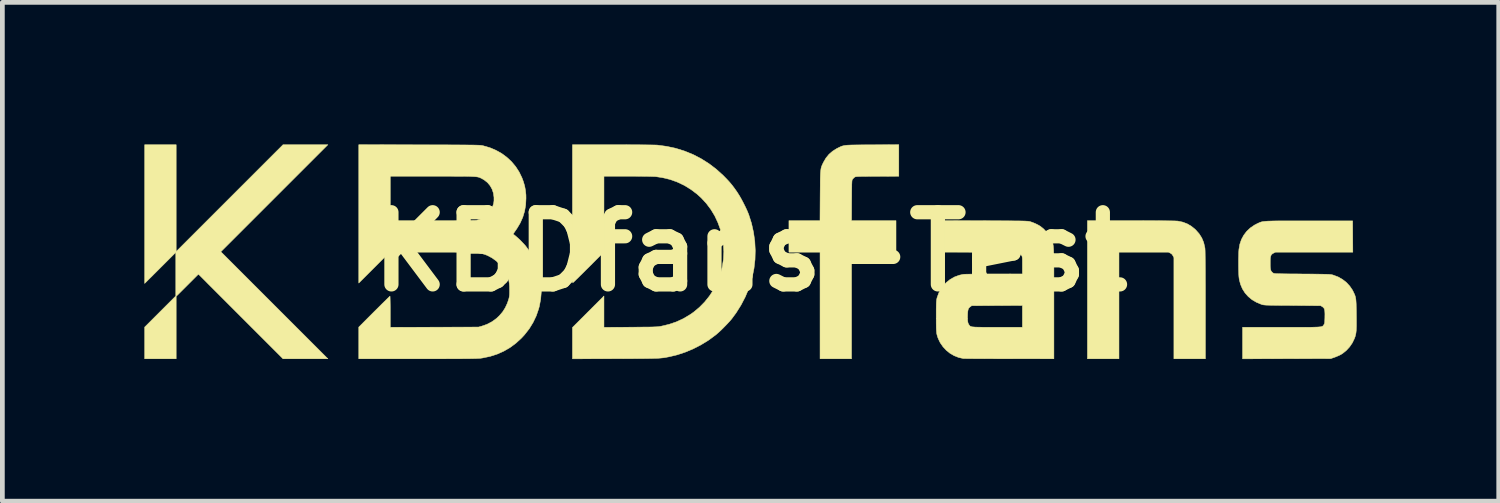
<source format=kicad_pcb>
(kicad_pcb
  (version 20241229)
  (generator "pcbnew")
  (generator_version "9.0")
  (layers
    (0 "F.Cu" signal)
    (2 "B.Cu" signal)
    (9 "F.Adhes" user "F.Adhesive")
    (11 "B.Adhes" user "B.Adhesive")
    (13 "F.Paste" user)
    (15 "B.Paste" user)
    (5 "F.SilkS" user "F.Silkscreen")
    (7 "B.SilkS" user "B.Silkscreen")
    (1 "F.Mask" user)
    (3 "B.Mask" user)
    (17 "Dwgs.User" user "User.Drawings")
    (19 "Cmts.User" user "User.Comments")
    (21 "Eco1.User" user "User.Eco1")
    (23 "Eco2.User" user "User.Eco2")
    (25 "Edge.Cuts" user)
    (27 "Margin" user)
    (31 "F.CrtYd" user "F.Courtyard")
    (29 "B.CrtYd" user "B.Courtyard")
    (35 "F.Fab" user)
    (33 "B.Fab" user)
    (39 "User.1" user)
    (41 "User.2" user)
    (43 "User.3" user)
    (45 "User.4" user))
  (footprint "KBDfans-Test"
    (layer "F.Cu")
    (at 12.799 2.266)
    (property "Reference" "KBDfans-Test" (at 0 0 0) (layer "F.SilkS") (effects (font (size 1.524 1.524) (thickness 0.3))))
    (attr through_hole)
    (fp_poly (pts (xy -12.129 -0.004) (xy -11.001 -1.132) (xy -9.873 -2.26) (xy -8.926 -2.26) (xy -10.056 -1.13) (xy -11.186 0) (xy -10.056 1.13) (xy -8.926 2.26) (xy -9.873 2.26) (xy -10.766 1.367) (xy -11.659 0.473) (xy -11.894 0.708) (xy -12.129 0.942) (xy -12.129 2.26) (xy -12.794 2.26) (xy -12.794 1.591) (xy -12.465 1.262) (xy -12.137 0.934) (xy -12.137 0.013) (xy -12.465 0.341) (xy -12.794 0.669) (xy -12.794 -2.26) (xy -12.129 -2.26) (xy -12.129 -0.004)) (stroke (width 0.01) (type solid)) (fill yes) (layer "F.SilkS"))
    (fp_poly (pts (xy 8.207 -0.657) (xy 8.363 -0.656) (xy 8.503 -0.656) (xy 8.627 -0.655) (xy 8.734 -0.654) (xy 8.825 -0.653) (xy 8.899 -0.652) (xy 8.956 -0.651) (xy 8.996 -0.649) (xy 9.02 -0.648) (xy 9.021 -0.648) (xy 9.125 -0.626) (xy 9.22 -0.59) (xy 9.307 -0.539) (xy 9.388 -0.473) (xy 9.404 -0.457) (xy 9.474 -0.377) (xy 9.528 -0.291) (xy 9.567 -0.198) (xy 9.591 -0.096) (xy 9.595 -0.074) (xy 9.596 -0.054) (xy 9.598 -0.018) (xy 9.599 0.035) (xy 9.6 0.104) (xy 9.601 0.19) (xy 9.602 0.293) (xy 9.603 0.412) (xy 9.603 0.548) (xy 9.604 0.701) (xy 9.604 0.87) (xy 9.604 1.057) (xy 9.604 1.126) (xy 9.604 2.26) (xy 8.939 2.26) (xy 8.939 0.123) (xy 8.919 0.085) (xy 8.897 0.052) (xy 8.866 0.03) (xy 8.862 0.028) (xy 8.824 0.009) (xy 7.779 0.009) (xy 7.779 2.26) (xy 7.113 2.26) (xy 7.113 -0.657) (xy 8.034 -0.657) (xy 8.207 -0.657)) (stroke (width 0.01) (type solid)) (fill yes) (layer "F.SilkS"))
    (fp_poly (pts (xy 3.13 -1.595) (xy 2.675 -1.593) (xy 2.575 -1.593) (xy 2.491 -1.592) (xy 2.421 -1.591) (xy 2.364 -1.591) (xy 2.318 -1.59) (xy 2.282 -1.589) (xy 2.255 -1.588) (xy 2.235 -1.586) (xy 2.22 -1.584) (xy 2.21 -1.581) (xy 2.203 -1.578) (xy 2.197 -1.575) (xy 2.195 -1.573) (xy 2.173 -1.553) (xy 2.154 -1.532) (xy 2.15 -1.526) (xy 2.147 -1.519) (xy 2.144 -1.51) (xy 2.142 -1.497) (xy 2.14 -1.478) (xy 2.139 -1.453) (xy 2.137 -1.419) (xy 2.137 -1.376) (xy 2.136 -1.321) (xy 2.135 -1.253) (xy 2.135 -1.171) (xy 2.134 -1.083) (xy 2.132 -0.657) (xy 3.071 -0.657) (xy 3.071 0.009) (xy 2.132 0.009) (xy 2.132 2.26) (xy 1.467 2.26) (xy 1.467 0.009) (xy 0.81 0.009) (xy 0.81 -0.657) (xy 1.466 -0.657) (xy 1.469 -1.179) (xy 1.47 -1.292) (xy 1.471 -1.389) (xy 1.471 -1.472) (xy 1.472 -1.542) (xy 1.474 -1.601) (xy 1.476 -1.65) (xy 1.479 -1.691) (xy 1.483 -1.726) (xy 1.487 -1.755) (xy 1.493 -1.78) (xy 1.5 -1.803) (xy 1.509 -1.825) (xy 1.519 -1.848) (xy 1.531 -1.872) (xy 1.539 -1.889) (xy 1.592 -1.98) (xy 1.657 -2.059) (xy 1.734 -2.125) (xy 1.823 -2.181) (xy 1.838 -2.188) (xy 1.864 -2.201) (xy 1.887 -2.212) (xy 1.908 -2.222) (xy 1.929 -2.23) (xy 1.951 -2.236) (xy 1.976 -2.242) (xy 2.004 -2.246) (xy 2.038 -2.25) (xy 2.079 -2.252) (xy 2.128 -2.254) (xy 2.187 -2.255) (xy 2.257 -2.256) (xy 2.339 -2.257) (xy 2.435 -2.258) (xy 2.547 -2.258) (xy 2.574 -2.258) (xy 3.13 -2.261) (xy 3.13 -1.595)) (stroke (width 0.01) (type solid)) (fill yes) (layer "F.SilkS"))
    (fp_poly (pts (xy -2.911 -2.26) (xy -2.771 -2.26) (xy -2.64 -2.26) (xy -2.517 -2.259) (xy -2.404 -2.259) (xy -2.301 -2.258) (xy -2.21 -2.257) (xy -2.132 -2.256) (xy -2.066 -2.255) (xy -2.016 -2.254) (xy -1.981 -2.253) (xy -1.966 -2.252) (xy -1.768 -2.225) (xy -1.576 -2.183) (xy -1.391 -2.125) (xy -1.212 -2.052) (xy -1.041 -1.963) (xy -0.878 -1.86) (xy -0.723 -1.742) (xy -0.578 -1.611) (xy -0.571 -1.604) (xy -0.501 -1.532) (xy -0.441 -1.467) (xy -0.387 -1.402) (xy -0.336 -1.334) (xy -0.283 -1.258) (xy -0.272 -1.241) (xy -0.233 -1.179) (xy -0.191 -1.105) (xy -0.149 -1.025) (xy -0.108 -0.943) (xy -0.072 -0.865) (xy -0.043 -0.795) (xy -0.038 -0.782) (xy 0.02 -0.599) (xy 0.062 -0.411) (xy 0.089 -0.221) (xy 0.099 -0.028) (xy 0.094 0.164) (xy 0.072 0.354) (xy 0.034 0.542) (xy 0.021 0.593) (xy -0.037 0.775) (xy -0.112 0.953) (xy -0.202 1.126) (xy -0.305 1.29) (xy -0.398 1.416) (xy -0.442 1.468) (xy -0.496 1.526) (xy -0.555 1.587) (xy -0.616 1.648) (xy -0.675 1.703) (xy -0.729 1.75) (xy -0.742 1.76) (xy -0.888 1.868) (xy -1.045 1.964) (xy -1.21 2.049) (xy -1.379 2.12) (xy -1.551 2.177) (xy -1.701 2.213) (xy -1.733 2.22) (xy -1.762 2.225) (xy -1.789 2.231) (xy -1.815 2.235) (xy -1.842 2.239) (xy -1.871 2.242) (xy -1.902 2.245) (xy -1.937 2.248) (xy -1.977 2.25) (xy -2.023 2.251) (xy -2.076 2.253) (xy -2.138 2.254) (xy -2.209 2.255) (xy -2.291 2.256) (xy -2.384 2.256) (xy -2.491 2.257) (xy -2.611 2.257) (xy -2.747 2.258) (xy -2.851 2.258) (xy -3.761 2.261) (xy -3.761 1.599) (xy -3.429 1.267) (xy -3.096 0.934) (xy -3.096 1.596) (xy -2.535 1.593) (xy -2.423 1.592) (xy -2.326 1.591) (xy -2.243 1.59) (xy -2.173 1.59) (xy -2.115 1.589) (xy -2.066 1.588) (xy -2.026 1.586) (xy -1.993 1.585) (xy -1.965 1.583) (xy -1.942 1.581) (xy -1.921 1.578) (xy -1.902 1.575) (xy -1.882 1.571) (xy -1.881 1.571) (xy -1.719 1.532) (xy -1.566 1.48) (xy -1.421 1.413) (xy -1.283 1.331) (xy -1.206 1.278) (xy -1.082 1.175) (xy -0.969 1.06) (xy -0.868 0.934) (xy -0.78 0.799) (xy -0.707 0.655) (xy -0.647 0.504) (xy -0.604 0.347) (xy -0.598 0.319) (xy -0.573 0.16) (xy -0.565 0.001) (xy -0.574 -0.158) (xy -0.597 -0.315) (xy -0.636 -0.468) (xy -0.69 -0.616) (xy -0.757 -0.759) (xy -0.839 -0.894) (xy -0.934 -1.021) (xy -1.042 -1.138) (xy -1.129 -1.217) (xy -1.262 -1.317) (xy -1.402 -1.403) (xy -1.55 -1.473) (xy -1.705 -1.528) (xy -1.866 -1.566) (xy -1.998 -1.586) (xy -2.024 -1.588) (xy -2.065 -1.589) (xy -2.121 -1.591) (xy -2.189 -1.592) (xy -2.269 -1.593) (xy -2.358 -1.594) (xy -2.456 -1.595) (xy -2.56 -1.595) (xy -2.588 -1.595) (xy -3.096 -1.595) (xy -3.096 0.004) (xy -3.422 0.331) (xy -3.484 0.392) (xy -3.542 0.45) (xy -3.596 0.503) (xy -3.643 0.55) (xy -3.684 0.589) (xy -3.716 0.621) (xy -3.74 0.643) (xy -3.753 0.655) (xy -3.755 0.657) (xy -3.756 0.648) (xy -3.756 0.624) (xy -3.757 0.584) (xy -3.758 0.53) (xy -3.758 0.462) (xy -3.759 0.381) (xy -3.759 0.289) (xy -3.76 0.185) (xy -3.76 0.072) (xy -3.76 -0.051) (xy -3.761 -0.182) (xy -3.761 -0.32) (xy -3.761 -0.465) (xy -3.761 -0.616) (xy -3.761 -0.771) (xy -3.761 -0.802) (xy -3.761 -2.26) (xy -2.911 -2.26)) (stroke (width 0.01) (type solid)) (fill yes) (layer "F.SilkS"))
    (fp_poly (pts (xy 4.966 -0.655) (xy 5.109 -0.654) (xy 5.236 -0.654) (xy 5.348 -0.653) (xy 5.446 -0.653) (xy 5.531 -0.652) (xy 5.604 -0.651) (xy 5.667 -0.651) (xy 5.719 -0.65) (xy 5.762 -0.649) (xy 5.798 -0.648) (xy 5.826 -0.646) (xy 5.849 -0.645) (xy 5.867 -0.643) (xy 5.881 -0.641) (xy 5.893 -0.639) (xy 5.901 -0.637) (xy 5.954 -0.619) (xy 6.013 -0.595) (xy 6.069 -0.567) (xy 6.117 -0.539) (xy 6.12 -0.537) (xy 6.189 -0.481) (xy 6.252 -0.413) (xy 6.307 -0.336) (xy 6.351 -0.256) (xy 6.358 -0.24) (xy 6.364 -0.223) (xy 6.37 -0.209) (xy 6.375 -0.194) (xy 6.38 -0.179) (xy 6.385 -0.163) (xy 6.388 -0.144) (xy 6.392 -0.122) (xy 6.394 -0.097) (xy 6.397 -0.066) (xy 6.399 -0.029) (xy 6.4 0.015) (xy 6.402 0.066) (xy 6.403 0.126) (xy 6.404 0.195) (xy 6.404 0.275) (xy 6.405 0.366) (xy 6.405 0.469) (xy 6.405 0.585) (xy 6.405 0.715) (xy 6.405 0.861) (xy 6.405 1.021) (xy 6.405 1.1) (xy 6.405 2.26) (xy 5.461 2.259) (xy 5.335 2.259) (xy 5.213 2.259) (xy 5.097 2.258) (xy 4.988 2.258) (xy 4.887 2.257) (xy 4.794 2.257) (xy 4.712 2.257) (xy 4.641 2.256) (xy 4.582 2.256) (xy 4.537 2.255) (xy 4.507 2.255) (xy 4.492 2.254) (xy 4.491 2.254) (xy 4.393 2.232) (xy 4.299 2.195) (xy 4.211 2.144) (xy 4.132 2.08) (xy 4.063 2.005) (xy 4.005 1.922) (xy 3.971 1.852) (xy 3.958 1.822) (xy 3.948 1.794) (xy 3.94 1.767) (xy 3.933 1.739) (xy 3.928 1.708) (xy 3.925 1.671) (xy 3.922 1.627) (xy 3.921 1.574) (xy 3.92 1.509) (xy 3.92 1.431) (xy 3.92 1.406) (xy 4.581 1.406) (xy 4.584 1.455) (xy 4.589 1.492) (xy 4.599 1.521) (xy 4.614 1.545) (xy 4.616 1.548) (xy 4.623 1.557) (xy 4.63 1.565) (xy 4.639 1.572) (xy 4.65 1.577) (xy 4.665 1.582) (xy 4.684 1.586) (xy 4.711 1.588) (xy 4.745 1.591) (xy 4.788 1.592) (xy 4.841 1.593) (xy 4.905 1.594) (xy 4.983 1.594) (xy 5.075 1.595) (xy 5.182 1.595) (xy 5.213 1.595) (xy 5.74 1.595) (xy 5.74 1.134) (xy 5.205 1.136) (xy 4.67 1.139) (xy 4.642 1.159) (xy 4.621 1.176) (xy 4.605 1.195) (xy 4.595 1.219) (xy 4.588 1.252) (xy 4.584 1.295) (xy 4.582 1.344) (xy 4.581 1.406) (xy 3.92 1.406) (xy 3.92 1.36) (xy 3.92 1.277) (xy 3.92 1.208) (xy 3.921 1.153) (xy 3.922 1.109) (xy 3.923 1.074) (xy 3.925 1.046) (xy 3.927 1.024) (xy 3.93 1.005) (xy 3.934 0.987) (xy 3.938 0.97) (xy 3.975 0.868) (xy 4.026 0.776) (xy 4.091 0.692) (xy 4.132 0.65) (xy 4.215 0.584) (xy 4.307 0.532) (xy 4.405 0.496) (xy 4.485 0.478) (xy 4.508 0.476) (xy 4.547 0.474) (xy 4.603 0.473) (xy 4.676 0.472) (xy 4.763 0.471) (xy 4.867 0.47) (xy 4.985 0.469) (xy 5.118 0.469) (xy 5.143 0.469) (xy 5.74 0.469) (xy 5.74 0.287) (xy 5.74 0.227) (xy 5.74 0.181) (xy 5.739 0.147) (xy 5.737 0.123) (xy 5.734 0.106) (xy 5.731 0.093) (xy 5.725 0.083) (xy 5.721 0.077) (xy 5.701 0.053) (xy 5.68 0.032) (xy 5.678 0.031) (xy 5.673 0.028) (xy 5.668 0.025) (xy 5.662 0.023) (xy 5.653 0.021) (xy 5.639 0.019) (xy 5.621 0.017) (xy 5.598 0.016) (xy 5.567 0.015) (xy 5.528 0.014) (xy 5.48 0.013) (xy 5.422 0.013) (xy 5.352 0.012) (xy 5.271 0.012) (xy 5.176 0.011) (xy 5.067 0.011) (xy 4.942 0.011) (xy 4.87 0.01) (xy 4.085 0.008) (xy 4.085 -0.657) (xy 4.966 -0.655)) (stroke (width 0.01) (type solid)) (fill yes) (layer "F.SilkS"))
    (fp_poly (pts (xy 11.743 -0.652) (xy 11.8 -0.652) (xy 12.713 -0.652) (xy 12.715 -0.322) (xy 12.717 0.009) (xy 11.083 0.009) (xy 11.045 0.028) (xy 11.02 0.042) (xy 11.002 0.058) (xy 10.989 0.078) (xy 10.98 0.105) (xy 10.975 0.141) (xy 10.973 0.19) (xy 10.973 0.239) (xy 10.973 0.298) (xy 10.976 0.342) (xy 10.981 0.376) (xy 10.989 0.401) (xy 11.002 0.42) (xy 11.019 0.438) (xy 11.031 0.447) (xy 11.036 0.45) (xy 11.042 0.453) (xy 11.049 0.456) (xy 11.06 0.458) (xy 11.076 0.46) (xy 11.097 0.462) (xy 11.124 0.463) (xy 11.16 0.464) (xy 11.206 0.465) (xy 11.262 0.466) (xy 11.329 0.467) (xy 11.41 0.468) (xy 11.505 0.468) (xy 11.615 0.469) (xy 11.649 0.47) (xy 11.764 0.47) (xy 11.864 0.471) (xy 11.949 0.472) (xy 12.021 0.473) (xy 12.081 0.474) (xy 12.13 0.475) (xy 12.17 0.476) (xy 12.203 0.477) (xy 12.228 0.479) (xy 12.249 0.481) (xy 12.265 0.483) (xy 12.279 0.486) (xy 12.292 0.489) (xy 12.304 0.493) (xy 12.307 0.494) (xy 12.408 0.532) (xy 12.5 0.585) (xy 12.582 0.649) (xy 12.652 0.725) (xy 12.71 0.81) (xy 12.725 0.84) (xy 12.74 0.872) (xy 12.753 0.899) (xy 12.763 0.925) (xy 12.771 0.952) (xy 12.777 0.981) (xy 12.782 1.015) (xy 12.785 1.055) (xy 12.788 1.104) (xy 12.789 1.163) (xy 12.791 1.235) (xy 12.792 1.323) (xy 12.792 1.331) (xy 12.793 1.424) (xy 12.793 1.501) (xy 12.793 1.566) (xy 12.791 1.62) (xy 12.789 1.665) (xy 12.785 1.703) (xy 12.78 1.735) (xy 12.773 1.765) (xy 12.765 1.794) (xy 12.754 1.823) (xy 12.749 1.836) (xy 12.707 1.924) (xy 12.651 2.006) (xy 12.584 2.08) (xy 12.507 2.143) (xy 12.47 2.167) (xy 12.436 2.185) (xy 12.393 2.204) (xy 12.349 2.222) (xy 12.333 2.228) (xy 12.252 2.256) (xy 11.32 2.258) (xy 10.389 2.261) (xy 10.389 1.595) (xy 11.208 1.595) (xy 11.348 1.595) (xy 11.472 1.595) (xy 11.581 1.595) (xy 11.676 1.595) (xy 11.757 1.594) (xy 11.827 1.594) (xy 11.886 1.593) (xy 11.935 1.591) (xy 11.975 1.59) (xy 12.007 1.587) (xy 12.033 1.585) (xy 12.052 1.581) (xy 12.067 1.577) (xy 12.078 1.572) (xy 12.086 1.566) (xy 12.092 1.56) (xy 12.097 1.552) (xy 12.103 1.544) (xy 12.105 1.541) (xy 12.112 1.529) (xy 12.118 1.517) (xy 12.121 1.5) (xy 12.124 1.476) (xy 12.125 1.441) (xy 12.127 1.394) (xy 12.127 1.376) (xy 12.128 1.314) (xy 12.126 1.267) (xy 12.122 1.232) (xy 12.115 1.205) (xy 12.103 1.186) (xy 12.087 1.17) (xy 12.07 1.158) (xy 12.039 1.139) (xy 11.442 1.134) (xy 11.327 1.133) (xy 11.227 1.133) (xy 11.142 1.132) (xy 11.07 1.131) (xy 11.01 1.13) (xy 10.961 1.129) (xy 10.921 1.128) (xy 10.889 1.127) (xy 10.863 1.125) (xy 10.843 1.123) (xy 10.827 1.121) (xy 10.814 1.119) (xy 10.802 1.115) (xy 10.791 1.112) (xy 10.785 1.11) (xy 10.682 1.067) (xy 10.59 1.013) (xy 10.509 0.946) (xy 10.441 0.87) (xy 10.386 0.783) (xy 10.346 0.689) (xy 10.319 0.586) (xy 10.312 0.532) (xy 10.309 0.49) (xy 10.307 0.435) (xy 10.305 0.37) (xy 10.304 0.3) (xy 10.304 0.226) (xy 10.304 0.153) (xy 10.306 0.085) (xy 10.307 0.024) (xy 10.31 -0.025) (xy 10.312 -0.051) (xy 10.331 -0.159) (xy 10.365 -0.259) (xy 10.414 -0.35) (xy 10.476 -0.431) (xy 10.552 -0.503) (xy 10.641 -0.564) (xy 10.695 -0.592) (xy 10.714 -0.601) (xy 10.732 -0.609) (xy 10.748 -0.617) (xy 10.765 -0.623) (xy 10.783 -0.629) (xy 10.803 -0.634) (xy 10.827 -0.638) (xy 10.855 -0.641) (xy 10.888 -0.644) (xy 10.928 -0.647) (xy 10.975 -0.648) (xy 11.031 -0.65) (xy 11.096 -0.651) (xy 11.171 -0.652) (xy 11.259 -0.652) (xy 11.358 -0.652) (xy 11.472 -0.652) (xy 11.6 -0.652) (xy 11.743 -0.652)) (stroke (width 0.01) (type solid)) (fill yes) (layer "F.SilkS"))
    (fp_poly (pts (xy -6.996 -2.258) (xy -6.824 -2.258) (xy -6.667 -2.257) (xy -6.526 -2.257) (xy -6.4 -2.257) (xy -6.287 -2.256) (xy -6.187 -2.256) (xy -6.099 -2.255) (xy -6.022 -2.255) (xy -5.956 -2.254) (xy -5.898 -2.254) (xy -5.849 -2.253) (xy -5.808 -2.252) (xy -5.774 -2.251) (xy -5.745 -2.25) (xy -5.722 -2.249) (xy -5.703 -2.247) (xy -5.687 -2.246) (xy -5.674 -2.244) (xy -5.663 -2.242) (xy -5.652 -2.24) (xy -5.642 -2.237) (xy -5.504 -2.197) (xy -5.375 -2.142) (xy -5.255 -2.075) (xy -5.146 -1.994) (xy -5.047 -1.902) (xy -4.961 -1.799) (xy -4.887 -1.685) (xy -4.827 -1.561) (xy -4.798 -1.483) (xy -4.77 -1.388) (xy -4.753 -1.295) (xy -4.743 -1.199) (xy -4.742 -1.128) (xy -4.749 -0.988) (xy -4.772 -0.855) (xy -4.81 -0.729) (xy -4.865 -0.606) (xy -4.936 -0.487) (xy -4.958 -0.456) (xy -4.98 -0.424) (xy -4.998 -0.398) (xy -5.01 -0.379) (xy -5.014 -0.372) (xy -5.014 -0.372) (xy -4.996 -0.36) (xy -4.97 -0.339) (xy -4.939 -0.312) (xy -4.905 -0.282) (xy -4.873 -0.253) (xy -4.863 -0.243) (xy -4.758 -0.132) (xy -4.667 -0.01) (xy -4.589 0.119) (xy -4.526 0.256) (xy -4.477 0.399) (xy -4.442 0.545) (xy -4.423 0.695) (xy -4.419 0.847) (xy -4.432 0.999) (xy -4.46 1.15) (xy -4.475 1.206) (xy -4.526 1.354) (xy -4.593 1.494) (xy -4.674 1.626) (xy -4.771 1.75) (xy -4.835 1.82) (xy -4.952 1.928) (xy -5.077 2.021) (xy -5.209 2.098) (xy -5.35 2.161) (xy -5.499 2.209) (xy -5.656 2.242) (xy -5.696 2.248) (xy -5.712 2.25) (xy -5.731 2.251) (xy -5.756 2.252) (xy -5.787 2.254) (xy -5.824 2.255) (xy -5.869 2.256) (xy -5.923 2.257) (xy -5.986 2.257) (xy -6.058 2.258) (xy -6.142 2.259) (xy -6.237 2.259) (xy -6.345 2.259) (xy -6.465 2.26) (xy -6.6 2.26) (xy -6.75 2.26) (xy -6.916 2.26) (xy -7.03 2.26) (xy -8.273 2.26) (xy -8.273 1.591) (xy -7.947 1.264) (xy -7.885 1.203) (xy -7.827 1.145) (xy -7.774 1.092) (xy -7.726 1.045) (xy -7.686 1.006) (xy -7.653 0.974) (xy -7.63 0.952) (xy -7.617 0.94) (xy -7.614 0.938) (xy -7.613 0.946) (xy -7.612 0.97) (xy -7.611 1.007) (xy -7.61 1.055) (xy -7.609 1.113) (xy -7.608 1.179) (xy -7.608 1.251) (xy -7.608 1.267) (xy -7.608 1.595) (xy -6.676 1.593) (xy -5.744 1.59) (xy -5.676 1.571) (xy -5.565 1.532) (xy -5.462 1.478) (xy -5.368 1.41) (xy -5.305 1.351) (xy -5.235 1.269) (xy -5.18 1.182) (xy -5.136 1.087) (xy -5.112 1.017) (xy -5.103 0.987) (xy -5.097 0.96) (xy -5.093 0.933) (xy -5.09 0.901) (xy -5.089 0.861) (xy -5.089 0.808) (xy -5.089 0.806) (xy -5.09 0.732) (xy -5.095 0.669) (xy -5.104 0.614) (xy -5.119 0.562) (xy -5.14 0.507) (xy -5.164 0.456) (xy -5.221 0.357) (xy -5.291 0.269) (xy -5.373 0.192) (xy -5.464 0.127) (xy -5.563 0.075) (xy -5.67 0.039) (xy -5.779 0.018) (xy -5.802 0.016) (xy -5.842 0.014) (xy -5.898 0.013) (xy -5.971 0.012) (xy -6.059 0.011) (xy -6.162 0.01) (xy -6.281 0.009) (xy -6.415 0.009) (xy -6.562 0.009) (xy -6.724 0.009) (xy -6.738 0.009) (xy -7.621 0.009) (xy -7.947 0.335) (xy -8.273 0.661) (xy -8.273 -0.657) (xy -7.608 -0.657) (xy -6.717 -0.657) (xy -6.552 -0.657) (xy -6.403 -0.657) (xy -6.271 -0.657) (xy -6.155 -0.658) (xy -6.056 -0.659) (xy -5.972 -0.66) (xy -5.903 -0.661) (xy -5.85 -0.662) (xy -5.811 -0.663) (xy -5.788 -0.665) (xy -5.781 -0.666) (xy -5.706 -0.69) (xy -5.634 -0.728) (xy -5.568 -0.779) (xy -5.512 -0.839) (xy -5.469 -0.906) (xy -5.466 -0.913) (xy -5.441 -0.971) (xy -5.425 -1.023) (xy -5.418 -1.077) (xy -5.418 -1.138) (xy -5.418 -1.15) (xy -5.431 -1.24) (xy -5.459 -1.323) (xy -5.501 -1.397) (xy -5.557 -1.463) (xy -5.626 -1.517) (xy -5.674 -1.545) (xy -5.689 -1.553) (xy -5.703 -1.559) (xy -5.717 -1.566) (xy -5.732 -1.571) (xy -5.749 -1.576) (xy -5.768 -1.58) (xy -5.792 -1.583) (xy -5.82 -1.586) (xy -5.855 -1.588) (xy -5.897 -1.59) (xy -5.946 -1.592) (xy -6.005 -1.593) (xy -6.074 -1.594) (xy -6.154 -1.594) (xy -6.246 -1.594) (xy -6.351 -1.595) (xy -6.47 -1.595) (xy -6.605 -1.595) (xy -6.719 -1.595) (xy -7.608 -1.595) (xy -7.608 -0.657) (xy -8.273 -0.657) (xy -8.273 -2.261) (xy -6.996 -2.258)) (stroke (width 0.01) (type solid)) (fill yes) (layer "F.SilkS")))
  (gr_rect
    (start -3 -3)
    (end 28.597 7.532)
    (stroke (width 0.1) (type default))
    (fill no)
    (layer "Edge.Cuts")))
</source>
